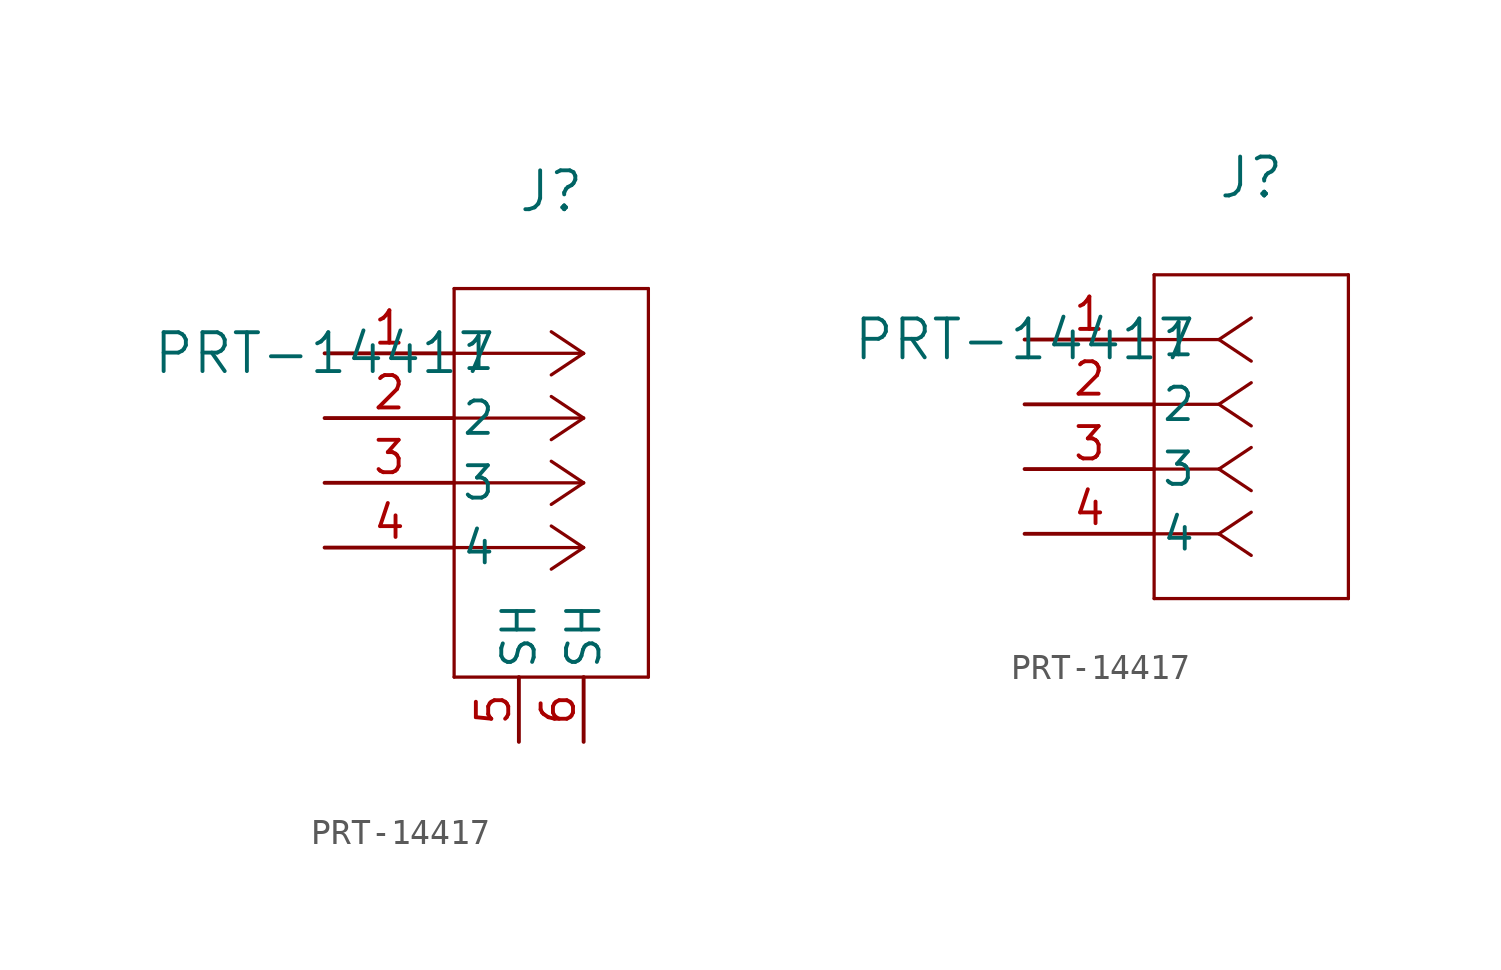
<source format=kicad_sym>
(kicad_symbol_lib
  (version 20241209)
  (generator "kicad_symbol_editor")
  (generator_version "9.0")
  (symbol "PRT-14417"
    (pin_names
      (offset 0.254))
    (property "Reference" "J"
      (at 8.89 6.35 0)
      (effects (font (size 1.524 1.524))))
    (property "Value" "PRT-14417"
      (at 0 0 0)
      (effects (font (size 1.524 1.524))))
    (property "ki_locked" ""
      (at 0 0 0)
      (effects (font (size 1.27 1.27))))
    (symbol "PRT-14417_1_1"
      (polyline (pts (xy 5.08 2.54) (xy 5.08 -12.7)) (stroke (width 0.127) (type default)) (fill (type none)))
      (polyline (pts (xy 5.08 -12.7) (xy 12.7 -12.7)) (stroke (width 0.127) (type default)) (fill (type none)))
      (polyline (pts (xy 10.16 0) (xy 5.08 0)) (stroke (width 0.127) (type default)) (fill (type none)))
      (polyline (pts (xy 10.16 0) (xy 8.89 0.847)) (stroke (width 0.127) (type default)) (fill (type none)))
      (polyline (pts (xy 10.16 0) (xy 8.89 -0.847)) (stroke (width 0.127) (type default)) (fill (type none)))
      (polyline (pts (xy 10.16 -2.54) (xy 5.08 -2.54)) (stroke (width 0.127) (type default)) (fill (type none)))
      (polyline (pts (xy 10.16 -2.54) (xy 8.89 -1.693)) (stroke (width 0.127) (type default)) (fill (type none)))
      (polyline (pts (xy 10.16 -2.54) (xy 8.89 -3.387)) (stroke (width 0.127) (type default)) (fill (type none)))
      (polyline (pts (xy 10.16 -5.08) (xy 5.08 -5.08)) (stroke (width 0.127) (type default)) (fill (type none)))
      (polyline (pts (xy 10.16 -5.08) (xy 8.89 -4.233)) (stroke (width 0.127) (type default)) (fill (type none)))
      (polyline (pts (xy 10.16 -5.08) (xy 8.89 -5.927)) (stroke (width 0.127) (type default)) (fill (type none)))
      (polyline (pts (xy 10.16 -7.62) (xy 5.08 -7.62)) (stroke (width 0.127) (type default)) (fill (type none)))
      (polyline (pts (xy 10.16 -7.62) (xy 8.89 -6.773)) (stroke (width 0.127) (type default)) (fill (type none)))
      (polyline (pts (xy 10.16 -7.62) (xy 8.89 -8.467)) (stroke (width 0.127) (type default)) (fill (type none)))
      (polyline (pts (xy 12.7 2.54) (xy 5.08 2.54)) (stroke (width 0.127) (type default)) (fill (type none)))
      (polyline (pts (xy 12.7 -12.7) (xy 12.7 2.54)) (stroke (width 0.127) (type default)) (fill (type none)))
      (pin unspecified line (at 0 0 0) (length 5.08) (name "1" (effects (font (size 1.27 1.27)))) (number "1" (effects (font (size 1.27 1.27)))))
      (pin unspecified line (at 0 -2.54 0) (length 5.08) (name "2" (effects (font (size 1.27 1.27)))) (number "2" (effects (font (size 1.27 1.27)))))
      (pin unspecified line (at 0 -5.08 0) (length 5.08) (name "3" (effects (font (size 1.27 1.27)))) (number "3" (effects (font (size 1.27 1.27)))))
      (pin unspecified line (at 0 -7.62 0) (length 5.08) (name "4" (effects (font (size 1.27 1.27)))) (number "4" (effects (font (size 1.27 1.27)))))
      (pin passive line (at 7.62 -15.24 90) (length 2.54) (name "SH" (effects (font (size 1.27 1.27)))) (number "5" (effects (font (size 1.27 1.27)))))
      (pin passive line (at 10.16 -15.24 90) (length 2.54) (name "SH" (effects (font (size 1.27 1.27)))) (number "6" (effects (font (size 1.27 1.27))))))
    (symbol "PRT-14417_1_2"
      (polyline (pts (xy 5.08 2.54) (xy 5.08 -10.16)) (stroke (width 0.127) (type default)) (fill (type none)))
      (polyline (pts (xy 5.08 -10.16) (xy 12.7 -10.16)) (stroke (width 0.127) (type default)) (fill (type none)))
      (polyline (pts (xy 7.62 0) (xy 5.08 0)) (stroke (width 0.127) (type default)) (fill (type none)))
      (polyline (pts (xy 7.62 0) (xy 8.89 0.847)) (stroke (width 0.127) (type default)) (fill (type none)))
      (polyline (pts (xy 7.62 0) (xy 8.89 -0.847)) (stroke (width 0.127) (type default)) (fill (type none)))
      (polyline (pts (xy 7.62 -2.54) (xy 5.08 -2.54)) (stroke (width 0.127) (type default)) (fill (type none)))
      (polyline (pts (xy 7.62 -2.54) (xy 8.89 -1.693)) (stroke (width 0.127) (type default)) (fill (type none)))
      (polyline (pts (xy 7.62 -2.54) (xy 8.89 -3.387)) (stroke (width 0.127) (type default)) (fill (type none)))
      (polyline (pts (xy 7.62 -5.08) (xy 5.08 -5.08)) (stroke (width 0.127) (type default)) (fill (type none)))
      (polyline (pts (xy 7.62 -5.08) (xy 8.89 -4.233)) (stroke (width 0.127) (type default)) (fill (type none)))
      (polyline (pts (xy 7.62 -5.08) (xy 8.89 -5.927)) (stroke (width 0.127) (type default)) (fill (type none)))
      (polyline (pts (xy 7.62 -7.62) (xy 5.08 -7.62)) (stroke (width 0.127) (type default)) (fill (type none)))
      (polyline (pts (xy 7.62 -7.62) (xy 8.89 -6.773)) (stroke (width 0.127) (type default)) (fill (type none)))
      (polyline (pts (xy 7.62 -7.62) (xy 8.89 -8.467)) (stroke (width 0.127) (type default)) (fill (type none)))
      (polyline (pts (xy 12.7 2.54) (xy 5.08 2.54)) (stroke (width 0.127) (type default)) (fill (type none)))
      (polyline (pts (xy 12.7 -10.16) (xy 12.7 2.54)) (stroke (width 0.127) (type default)) (fill (type none)))
      (pin unspecified line (at 0 0 0) (length 5.08) (name "1" (effects (font (size 1.27 1.27)))) (number "1" (effects (font (size 1.27 1.27)))))
      (pin unspecified line (at 0 -2.54 0) (length 5.08) (name "2" (effects (font (size 1.27 1.27)))) (number "2" (effects (font (size 1.27 1.27)))))
      (pin unspecified line (at 0 -5.08 0) (length 5.08) (name "3" (effects (font (size 1.27 1.27)))) (number "3" (effects (font (size 1.27 1.27)))))
      (pin unspecified line (at 0 -7.62 0) (length 5.08) (name "4" (effects (font (size 1.27 1.27)))) (number "4" (effects (font (size 1.27 1.27))))))))
</source>
